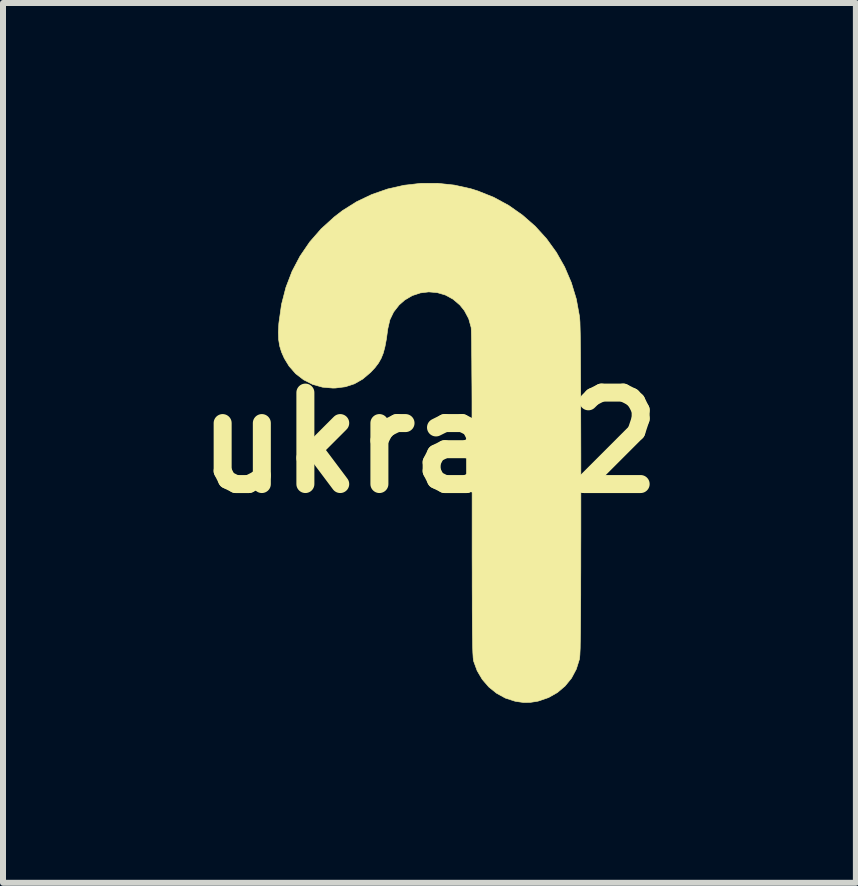
<source format=kicad_pcb>
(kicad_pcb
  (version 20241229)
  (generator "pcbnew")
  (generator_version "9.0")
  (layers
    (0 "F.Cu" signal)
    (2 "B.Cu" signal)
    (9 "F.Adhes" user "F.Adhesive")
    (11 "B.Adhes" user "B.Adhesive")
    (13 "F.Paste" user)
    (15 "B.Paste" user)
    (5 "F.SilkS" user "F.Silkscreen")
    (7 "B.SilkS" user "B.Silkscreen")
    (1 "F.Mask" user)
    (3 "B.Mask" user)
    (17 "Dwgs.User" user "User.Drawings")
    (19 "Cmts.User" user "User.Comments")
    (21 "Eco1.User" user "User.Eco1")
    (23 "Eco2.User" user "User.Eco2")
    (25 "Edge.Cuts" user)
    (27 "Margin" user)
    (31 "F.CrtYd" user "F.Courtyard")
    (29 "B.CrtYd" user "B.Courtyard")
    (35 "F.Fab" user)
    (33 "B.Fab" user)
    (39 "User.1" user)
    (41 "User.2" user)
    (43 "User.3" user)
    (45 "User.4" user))
  (footprint "ukras2"
    (layer "F.Cu")
    (at 4.108 4.328)
    (property "Reference" "ukras2" (at 0 0 0) (layer "F.SilkS") (effects (font (size 1.524 1.524) (thickness 0.3))))
    (attr through_hole)
    (fp_poly (pts (xy 0.415 -4.293) (xy 0.69 -4.232) (xy 0.804 -4.196) (xy 1.072 -4.089) (xy 1.322 -3.953) (xy 1.552 -3.791) (xy 1.763 -3.606) (xy 1.951 -3.399) (xy 2.115 -3.172) (xy 2.253 -2.928) (xy 2.364 -2.668) (xy 2.447 -2.395) (xy 2.499 -2.111) (xy 2.505 -2.051) (xy 2.508 -2.007) (xy 2.51 -1.929) (xy 2.513 -1.819) (xy 2.515 -1.675) (xy 2.517 -1.5) (xy 2.518 -1.292) (xy 2.519 -1.053) (xy 2.521 -0.783) (xy 2.521 -0.483) (xy 2.522 -0.152) (xy 2.523 0.208) (xy 2.523 0.598) (xy 2.523 0.81) (xy 2.523 1.172) (xy 2.523 1.502) (xy 2.522 1.8) (xy 2.522 2.07) (xy 2.521 2.311) (xy 2.521 2.527) (xy 2.52 2.717) (xy 2.519 2.885) (xy 2.518 3.03) (xy 2.517 3.155) (xy 2.515 3.262) (xy 2.513 3.352) (xy 2.512 3.425) (xy 2.509 3.485) (xy 2.507 3.532) (xy 2.504 3.568) (xy 2.501 3.594) (xy 2.499 3.61) (xy 2.447 3.775) (xy 2.367 3.925) (xy 2.261 4.055) (xy 2.133 4.164) (xy 1.985 4.248) (xy 1.82 4.305) (xy 1.795 4.311) (xy 1.677 4.329) (xy 1.566 4.33) (xy 1.446 4.313) (xy 1.422 4.308) (xy 1.265 4.257) (xy 1.119 4.177) (xy 0.989 4.072) (xy 0.88 3.946) (xy 0.795 3.802) (xy 0.738 3.647) (xy 0.734 3.63) (xy 0.731 3.609) (xy 0.728 3.581) (xy 0.726 3.545) (xy 0.723 3.499) (xy 0.721 3.442) (xy 0.719 3.372) (xy 0.718 3.288) (xy 0.716 3.187) (xy 0.715 3.069) (xy 0.714 2.932) (xy 0.713 2.774) (xy 0.713 2.593) (xy 0.712 2.389) (xy 0.712 2.159) (xy 0.711 1.902) (xy 0.711 1.616) (xy 0.711 1.299) (xy 0.711 0.951) (xy 0.711 0.861) (xy 0.711 0.512) (xy 0.711 0.181) (xy 0.71 -0.13) (xy 0.709 -0.421) (xy 0.709 -0.69) (xy 0.708 -0.936) (xy 0.706 -1.158) (xy 0.705 -1.354) (xy 0.703 -1.523) (xy 0.702 -1.664) (xy 0.7 -1.775) (xy 0.698 -1.856) (xy 0.696 -1.905) (xy 0.695 -1.919) (xy 0.654 -2.066) (xy 0.582 -2.201) (xy 0.506 -2.295) (xy 0.392 -2.392) (xy 0.265 -2.461) (xy 0.129 -2.501) (xy -0.012 -2.513) (xy -0.152 -2.496) (xy -0.288 -2.451) (xy -0.413 -2.377) (xy -0.506 -2.295) (xy -0.598 -2.177) (xy -0.66 -2.048) (xy -0.694 -1.901) (xy -0.697 -1.882) (xy -0.718 -1.727) (xy -0.742 -1.599) (xy -0.77 -1.493) (xy -0.806 -1.404) (xy -0.851 -1.325) (xy -0.908 -1.25) (xy -0.979 -1.174) (xy -0.982 -1.171) (xy -1.113 -1.06) (xy -1.251 -0.981) (xy -1.401 -0.932) (xy -1.566 -0.911) (xy -1.609 -0.91) (xy -1.783 -0.925) (xy -1.947 -0.971) (xy -2.096 -1.047) (xy -2.229 -1.149) (xy -2.341 -1.277) (xy -2.42 -1.407) (xy -2.466 -1.511) (xy -2.497 -1.612) (xy -2.514 -1.718) (xy -2.518 -1.839) (xy -2.511 -1.982) (xy -2.508 -2.007) (xy -2.466 -2.304) (xy -2.393 -2.587) (xy -2.29 -2.856) (xy -2.157 -3.109) (xy -1.996 -3.345) (xy -1.806 -3.563) (xy -1.588 -3.761) (xy -1.451 -3.867) (xy -1.214 -4.016) (xy -0.962 -4.136) (xy -0.698 -4.228) (xy -0.425 -4.29) (xy -0.146 -4.322) (xy 0.135 -4.323) (xy 0.415 -4.293)) (stroke (width 0.01) (type solid)) (fill yes) (layer "F.SilkS")))
  (gr_rect
    (start -3 -3)
    (end 11.215 11.663)
    (stroke (width 0.1) (type default))
    (fill no)
    (layer "Edge.Cuts")))
</source>
